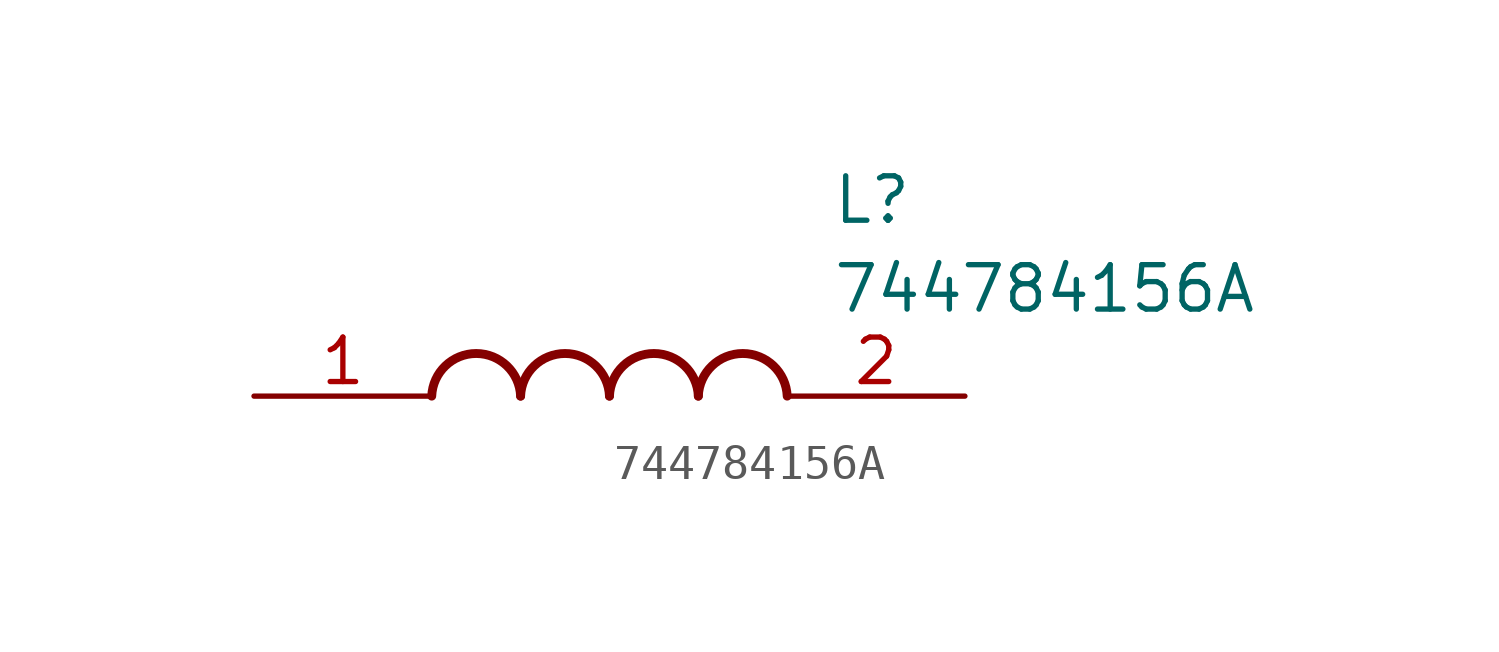
<source format=kicad_sym>
(kicad_symbol_lib
  (version 20211014)
  (generator SamacSys_ECAD_Model)
  (symbol "744784156A"
    (pin_names hide)
    (property "Reference" "L"
      (at 16.51 6.35 0)
      (effects (font (size 1.27 1.27)) (justify left top)))
    (property "Value" "744784156A"
      (at 16.51 3.81 0)
      (effects (font (size 1.27 1.27)) (justify left top)))
    (arc
      (start 7.62 0)
      (mid 6.35 1.219)
      (end 5.08 0)
      (stroke (width 0.254) (type default))
      (fill (type none)))
    (arc
      (start 10.16 0)
      (mid 8.89 1.219)
      (end 7.62 0)
      (stroke (width 0.254) (type default))
      (fill (type none)))
    (arc
      (start 12.7 0)
      (mid 11.43 1.219)
      (end 10.16 0)
      (stroke (width 0.254) (type default))
      (fill (type none)))
    (arc
      (start 15.24 0)
      (mid 13.97 1.219)
      (end 12.7 0)
      (stroke (width 0.254) (type default))
      (fill (type none)))
    (pin passive line
      (at 0 0 0)
      (length 5.08)
      (name "1" (effects (font (size 1.27 1.27))))
      (number "1" (effects (font (size 1.27 1.27)))))
    (pin passive line
      (at 20.32 0 180)
      (length 5.08)
      (name "2" (effects (font (size 1.27 1.27))))
      (number "2" (effects (font (size 1.27 1.27)))))))
</source>
